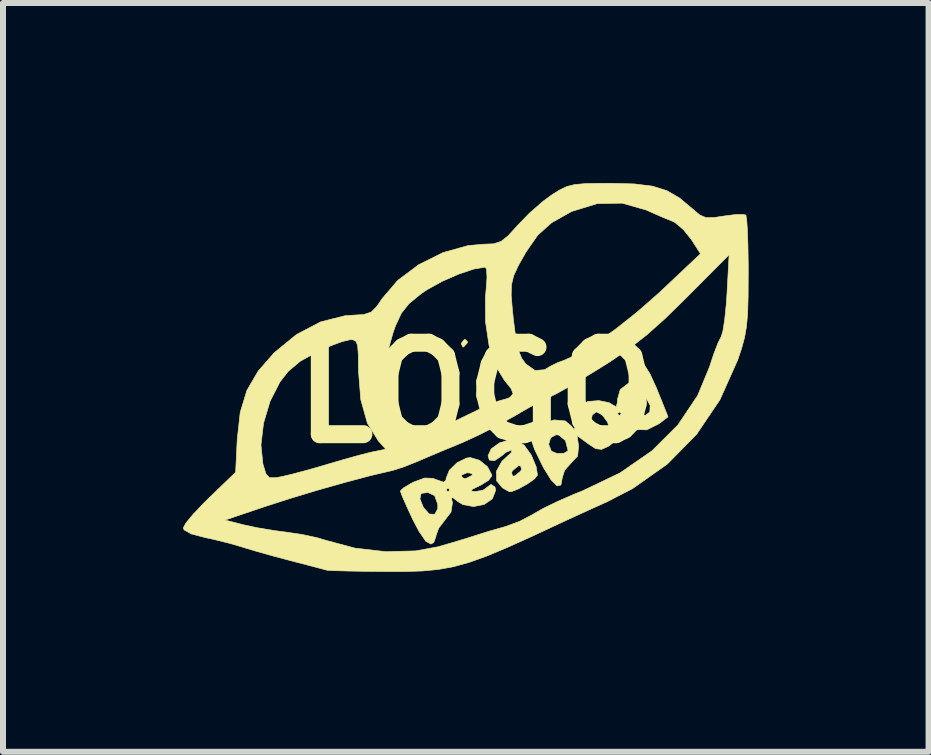
<source format=kicad_pcb>
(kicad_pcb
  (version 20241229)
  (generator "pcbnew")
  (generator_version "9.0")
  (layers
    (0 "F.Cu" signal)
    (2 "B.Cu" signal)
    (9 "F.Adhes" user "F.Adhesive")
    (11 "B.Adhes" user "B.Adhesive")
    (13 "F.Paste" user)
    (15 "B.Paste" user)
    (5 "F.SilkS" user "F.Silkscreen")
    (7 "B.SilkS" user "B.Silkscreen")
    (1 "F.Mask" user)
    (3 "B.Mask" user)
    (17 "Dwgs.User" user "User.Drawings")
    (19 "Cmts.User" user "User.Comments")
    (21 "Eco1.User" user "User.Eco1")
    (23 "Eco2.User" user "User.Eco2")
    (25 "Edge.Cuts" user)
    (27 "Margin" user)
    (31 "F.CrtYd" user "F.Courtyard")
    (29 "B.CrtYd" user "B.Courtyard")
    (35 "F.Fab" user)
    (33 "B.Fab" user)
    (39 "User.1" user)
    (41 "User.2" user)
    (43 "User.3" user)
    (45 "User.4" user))
  (footprint "LOGO"
    (layer "F.Cu")
    (at 4.894 3.498)
    (property "Reference" "LOGO" (at 0 0 0) (layer "F.SilkS") (effects (font (size 1.524 1.524) (thickness 0.3))))
    (attr through_hole)
    (fp_poly (pts (xy -0.149 -0.85) (xy -0.159 -0.826) (xy -0.216 -0.765) (xy -0.226 -0.762) (xy -0.253 -0.811) (xy -0.254 -0.826) (xy -0.205 -0.887) (xy -0.187 -0.889) (xy -0.149 -0.85)) (stroke (width 0.01) (type solid)) (fill yes) (layer "F.SilkS"))
    (fp_poly (pts (xy 0.666 0.788) (xy 0.793 0.873) (xy 0.912 1.037) (xy 0.994 1.234) (xy 1.016 1.372) (xy 0.966 1.435) (xy 0.845 1.52) (xy 0.702 1.6) (xy 0.583 1.647) (xy 0.548 1.649) (xy 0.494 1.62) (xy 0.429 1.582) (xy 0.333 1.465) (xy 0.332 1.33) (xy 0.583 1.33) (xy 0.601 1.389) (xy 0.639 1.385) (xy 0.735 1.305) (xy 0.75 1.274) (xy 0.733 1.215) (xy 0.695 1.218) (xy 0.598 1.299) (xy 0.583 1.33) (xy 0.332 1.33) (xy 0.332 1.306) (xy 0.421 1.144) (xy 0.485 1.084) (xy 0.578 0.997) (xy 0.592 0.954) (xy 0.585 0.953) (xy 0.488 0.993) (xy 0.422 1.048) (xy 0.3 1.132) (xy 0.214 1.122) (xy 0.191 1.049) (xy 0.246 0.932) (xy 0.382 0.835) (xy 0.55 0.783) (xy 0.666 0.788)) (stroke (width 0.01) (type solid)) (fill yes) (layer "F.SilkS"))
    (fp_poly (pts (xy 0.049 1.125) (xy 0.184 1.235) (xy 0.253 1.367) (xy 0.254 1.386) (xy 0.201 1.458) (xy 0.072 1.539) (xy 0.048 1.55) (xy -0.075 1.61) (xy -0.087 1.638) (xy -0.02 1.646) (xy 0.108 1.624) (xy 0.159 1.587) (xy 0.241 1.526) (xy 0.307 1.57) (xy 0.318 1.628) (xy 0.263 1.768) (xy 0.127 1.861) (xy -0.051 1.896) (xy -0.23 1.863) (xy -0.324 1.804) (xy -0.404 1.739) (xy -0.416 1.771) (xy -0.402 1.832) (xy -0.426 1.988) (xy -0.527 2.12) (xy -0.632 2.258) (xy -0.676 2.381) (xy -0.676 2.391) (xy -0.713 2.495) (xy -0.762 2.521) (xy -0.847 2.474) (xy -0.961 2.307) (xy -1.064 2.11) (xy -1.163 1.897) (xy -1.219 1.769) (xy -0.944 1.769) (xy -0.887 1.909) (xy -0.789 2.02) (xy -0.697 2.025) (xy -0.646 1.932) (xy -0.647 1.857) (xy -0.699 1.714) (xy -0.81 1.662) (xy -0.925 1.677) (xy -0.944 1.769) (xy -1.219 1.769) (xy -1.236 1.731) (xy -1.269 1.642) (xy -1.27 1.637) (xy -1.253 1.619) (xy -0.508 1.619) (xy -0.476 1.651) (xy -0.445 1.619) (xy -0.476 1.587) (xy -0.508 1.619) (xy -1.253 1.619) (xy -1.218 1.585) (xy -1.09 1.509) (xy -1.045 1.486) (xy -0.865 1.42) (xy -0.727 1.426) (xy -0.664 1.45) (xy -0.549 1.49) (xy -0.51 1.456) (xy -0.508 1.427) (xy -0.495 1.395) (xy -0.254 1.395) (xy -0.207 1.43) (xy -0.159 1.42) (xy -0.075 1.375) (xy -0.064 1.358) (xy -0.115 1.336) (xy -0.159 1.333) (xy -0.243 1.367) (xy -0.254 1.395) (xy -0.495 1.395) (xy -0.454 1.291) (xy -0.324 1.164) (xy -0.165 1.087) (xy -0.105 1.079) (xy 0.049 1.125)) (stroke (width 0.01) (type solid)) (fill yes) (layer "F.SilkS"))
    (fp_poly (pts (xy 2.788 -0.478) (xy 2.889 -0.319) (xy 3.001 -0.076) (xy 3.003 -0.07) (xy 3.192 0.4) (xy 3.04 0.516) (xy 2.839 0.617) (xy 2.653 0.614) (xy 2.532 0.53) (xy 2.468 0.469) (xy 2.434 0.508) (xy 2.413 0.607) (xy 2.322 0.792) (xy 2.21 0.885) (xy 2.084 0.943) (xy 1.985 0.931) (xy 1.857 0.847) (xy 1.675 0.712) (xy 1.701 0.888) (xy 1.685 1.054) (xy 1.579 1.167) (xy 1.469 1.289) (xy 1.431 1.407) (xy 1.406 1.537) (xy 1.342 1.552) (xy 1.244 1.455) (xy 1.117 1.25) (xy 1.091 1.199) (xy 0.965 0.939) (xy 0.938 0.859) (xy 1.202 0.859) (xy 1.246 0.97) (xy 1.249 0.974) (xy 1.34 1.011) (xy 1.453 1.009) (xy 1.521 0.97) (xy 1.524 0.958) (xy 1.482 0.796) (xy 1.374 0.706) (xy 1.327 0.699) (xy 1.235 0.748) (xy 1.202 0.859) (xy 0.938 0.859) (xy 0.906 0.762) (xy 0.913 0.645) (xy 0.985 0.565) (xy 1.061 0.524) (xy 1.294 0.452) (xy 1.479 0.469) (xy 1.582 0.556) (xy 1.627 0.613) (xy 1.646 0.567) (xy 1.649 0.486) (xy 1.906 0.486) (xy 1.934 0.617) (xy 1.976 0.681) (xy 2.079 0.723) (xy 2.182 0.695) (xy 2.223 0.624) (xy 2.184 0.489) (xy 2.095 0.369) (xy 2.059 0.349) (xy 2.349 0.349) (xy 2.381 0.381) (xy 2.413 0.349) (xy 2.381 0.318) (xy 2.349 0.349) (xy 2.059 0.349) (xy 1.998 0.318) (xy 1.929 0.368) (xy 1.906 0.486) (xy 1.649 0.486) (xy 1.649 0.473) (xy 1.674 0.31) (xy 1.727 0.203) (xy 1.858 0.144) (xy 2.041 0.13) (xy 2.209 0.164) (xy 2.273 0.203) (xy 2.328 0.232) (xy 2.344 0.173) (xy 2.568 0.173) (xy 2.601 0.249) (xy 2.702 0.357) (xy 2.817 0.375) (xy 2.888 0.319) (xy 2.894 0.211) (xy 2.83 0.094) (xy 2.733 0.026) (xy 2.701 0.025) (xy 2.579 0.072) (xy 2.568 0.173) (xy 2.344 0.173) (xy 2.348 0.156) (xy 2.349 0.107) (xy 2.396 -0.056) (xy 2.503 -0.136) (xy 2.624 -0.237) (xy 2.646 -0.373) (xy 2.657 -0.514) (xy 2.707 -0.546) (xy 2.788 -0.478)) (stroke (width 0.01) (type solid)) (fill yes) (layer "F.SilkS"))
    (fp_poly (pts (xy 2.631 -3.482) (xy 2.933 -3.445) (xy 3.174 -3.369) (xy 3.384 -3.247) (xy 3.597 -3.069) (xy 3.719 -2.965) (xy 3.826 -2.92) (xy 3.97 -2.923) (xy 4.118 -2.946) (xy 4.311 -2.971) (xy 4.449 -2.973) (xy 4.489 -2.962) (xy 4.503 -2.887) (xy 4.515 -2.709) (xy 4.524 -2.451) (xy 4.529 -2.135) (xy 4.529 -1.984) (xy 4.527 -1.607) (xy 4.519 -1.326) (xy 4.5 -1.108) (xy 4.468 -0.924) (xy 4.418 -0.74) (xy 4.352 -0.544) (xy 4.057 0.116) (xy 3.666 0.695) (xy 3.179 1.189) (xy 2.599 1.598) (xy 2.174 1.817) (xy 1.908 1.937) (xy 1.652 2.054) (xy 1.454 2.145) (xy 1.429 2.157) (xy 0.921 2.394) (xy 0.506 2.581) (xy 0.164 2.724) (xy -0.128 2.828) (xy -0.389 2.9) (xy -0.64 2.945) (xy -0.903 2.97) (xy -1.199 2.979) (xy -1.512 2.979) (xy -1.846 2.976) (xy -2.136 2.971) (xy -2.358 2.965) (xy -2.487 2.958) (xy -2.508 2.954) (xy -2.595 2.93) (xy -2.773 2.883) (xy -3.009 2.822) (xy -3.111 2.795) (xy -3.394 2.72) (xy -3.663 2.644) (xy -3.869 2.583) (xy -3.905 2.571) (xy -4.118 2.509) (xy -4.379 2.444) (xy -4.524 2.413) (xy -4.755 2.352) (xy -4.875 2.285) (xy -4.889 2.252) (xy -4.846 2.172) (xy -4.804 2.121) (xy -4.193 2.121) (xy -3.89 2.199) (xy -3.656 2.249) (xy -3.369 2.297) (xy -3.175 2.322) (xy -2.91 2.361) (xy -2.655 2.416) (xy -2.508 2.46) (xy -2.027 2.589) (xy -1.513 2.648) (xy -1.014 2.635) (xy -0.645 2.567) (xy -0.392 2.494) (xy -0.144 2.419) (xy -0.032 2.383) (xy 0.209 2.307) (xy 0.459 2.236) (xy 0.483 2.229) (xy 0.715 2.144) (xy 0.938 2.027) (xy 0.963 2.011) (xy 1.12 1.922) (xy 1.356 1.808) (xy 1.631 1.688) (xy 1.767 1.634) (xy 2.392 1.335) (xy 2.924 0.967) (xy 3.358 0.534) (xy 3.686 0.045) (xy 3.881 -0.426) (xy 3.956 -0.652) (xy 4.026 -0.834) (xy 4.076 -0.933) (xy 4.077 -0.934) (xy 4.106 -1.027) (xy 4.136 -1.216) (xy 4.162 -1.47) (xy 4.175 -1.656) (xy 4.21 -2.301) (xy 3.486 -1.574) (xy 3.14 -1.235) (xy 2.838 -0.966) (xy 2.544 -0.736) (xy 2.222 -0.516) (xy 2.023 -0.391) (xy 1.749 -0.225) (xy 1.513 -0.086) (xy 1.336 0.013) (xy 1.239 0.061) (xy 1.229 0.064) (xy 1.154 0.094) (xy 0.998 0.177) (xy 0.787 0.296) (xy 0.667 0.367) (xy 0.373 0.532) (xy 0.053 0.696) (xy -0.234 0.829) (xy -0.286 0.85) (xy -0.548 0.958) (xy -0.804 1.066) (xy -0.993 1.147) (xy -1.201 1.23) (xy -1.395 1.293) (xy -1.438 1.303) (xy -1.777 1.383) (xy -2.195 1.494) (xy -2.65 1.623) (xy -3.101 1.759) (xy -3.508 1.89) (xy -3.509 1.89) (xy -4.193 2.121) (xy -4.804 2.121) (xy -4.73 2.031) (xy -4.56 1.851) (xy -4.453 1.745) (xy -4.016 1.325) (xy -3.994 0.868) (xy -3.594 0.868) (xy -3.562 1.183) (xy -3.561 1.188) (xy -3.512 1.348) (xy -3.453 1.414) (xy -3.343 1.414) (xy -3.254 1.398) (xy -3.082 1.358) (xy -2.834 1.292) (xy -2.557 1.213) (xy -2.477 1.189) (xy -2.204 1.109) (xy -1.952 1.039) (xy -1.764 0.991) (xy -1.725 0.983) (xy -1.514 0.94) (xy -1.636 0.803) (xy -1.819 0.509) (xy -1.93 0.114) (xy -1.967 -0.353) (xy -1.522 -0.353) (xy -1.5 -0.153) (xy -1.445 0.1) (xy -1.368 0.361) (xy -1.284 0.586) (xy -1.205 0.732) (xy -1.202 0.736) (xy -1.158 0.773) (xy -1.096 0.784) (xy -0.996 0.762) (xy -0.841 0.701) (xy -0.612 0.595) (xy -0.292 0.438) (xy -0.237 0.411) (xy 0.011 0.291) (xy 0.221 0.196) (xy 0.363 0.138) (xy 0.405 0.126) (xy 0.519 0.094) (xy 0.567 0.068) (xy 0.608 0.015) (xy 0.576 -0.07) (xy 0.462 -0.212) (xy 0.314 -0.457) (xy 0.208 -0.791) (xy 0.15 -1.18) (xy 0.147 -1.591) (xy 0.151 -1.624) (xy 0.577 -1.624) (xy 0.598 -1.379) (xy 0.613 -1.234) (xy 0.652 -0.927) (xy 0.695 -0.718) (xy 0.751 -0.577) (xy 0.822 -0.48) (xy 0.975 -0.372) (xy 1.134 -0.385) (xy 1.238 -0.447) (xy 1.347 -0.501) (xy 1.447 -0.537) (xy 1.678 -0.639) (xy 1.975 -0.819) (xy 2.315 -1.059) (xy 2.675 -1.344) (xy 3.033 -1.658) (xy 3.096 -1.717) (xy 3.733 -2.318) (xy 3.579 -2.558) (xy 3.448 -2.721) (xy 3.308 -2.838) (xy 3.268 -2.859) (xy 3.114 -2.921) (xy 2.911 -3.01) (xy 2.829 -3.047) (xy 2.429 -3.161) (xy 2.011 -3.154) (xy 1.589 -3.024) (xy 1.565 -3.012) (xy 1.251 -2.835) (xy 1.02 -2.628) (xy 0.826 -2.349) (xy 0.821 -2.341) (xy 0.696 -2.12) (xy 0.619 -1.953) (xy 0.582 -1.802) (xy 0.577 -1.624) (xy 0.151 -1.624) (xy 0.159 -1.716) (xy 0.174 -1.926) (xy 0.166 -2.061) (xy 0.145 -2.095) (xy -0.046 -2.063) (xy -0.299 -1.978) (xy -0.571 -1.859) (xy -0.82 -1.722) (xy -0.93 -1.648) (xy -1.127 -1.485) (xy -1.254 -1.326) (xy -1.351 -1.118) (xy -1.39 -1.007) (xy -1.462 -0.753) (xy -1.51 -0.504) (xy -1.522 -0.353) (xy -1.967 -0.353) (xy -1.968 -0.374) (xy -1.968 -0.382) (xy -1.971 -0.634) (xy -1.982 -0.784) (xy -2.009 -0.859) (xy -2.06 -0.884) (xy -2.111 -0.885) (xy -2.238 -0.855) (xy -2.436 -0.782) (xy -2.661 -0.681) (xy -2.667 -0.678) (xy -2.942 -0.524) (xy -3.138 -0.359) (xy -3.278 -0.18) (xy -3.442 0.141) (xy -3.551 0.506) (xy -3.594 0.868) (xy -3.994 0.868) (xy -3.989 0.774) (xy -3.94 0.327) (xy -3.829 -0.039) (xy -3.639 -0.364) (xy -3.373 -0.668) (xy -3.001 -0.972) (xy -2.6 -1.182) (xy -2.194 -1.285) (xy -2.08 -1.293) (xy -1.88 -1.305) (xy -1.756 -1.346) (xy -1.66 -1.443) (xy -1.575 -1.569) (xy -1.313 -1.875) (xy -0.962 -2.137) (xy -0.56 -2.337) (xy -0.144 -2.454) (xy 0.114 -2.477) (xy 0.284 -2.484) (xy 0.407 -2.523) (xy 0.524 -2.615) (xy 0.677 -2.783) (xy 0.679 -2.786) (xy 0.88 -2.993) (xy 1.11 -3.194) (xy 1.245 -3.293) (xy 1.384 -3.381) (xy 1.504 -3.439) (xy 1.638 -3.472) (xy 1.818 -3.488) (xy 2.076 -3.492) (xy 2.236 -3.493) (xy 2.631 -3.482)) (stroke (width 0.01) (type solid)) (fill yes) (layer "F.SilkS")))
  (gr_rect
    (start -3 -3)
    (end 12.429 9.482)
    (stroke (width 0.1) (type default))
    (fill no)
    (layer "Edge.Cuts")))
</source>
